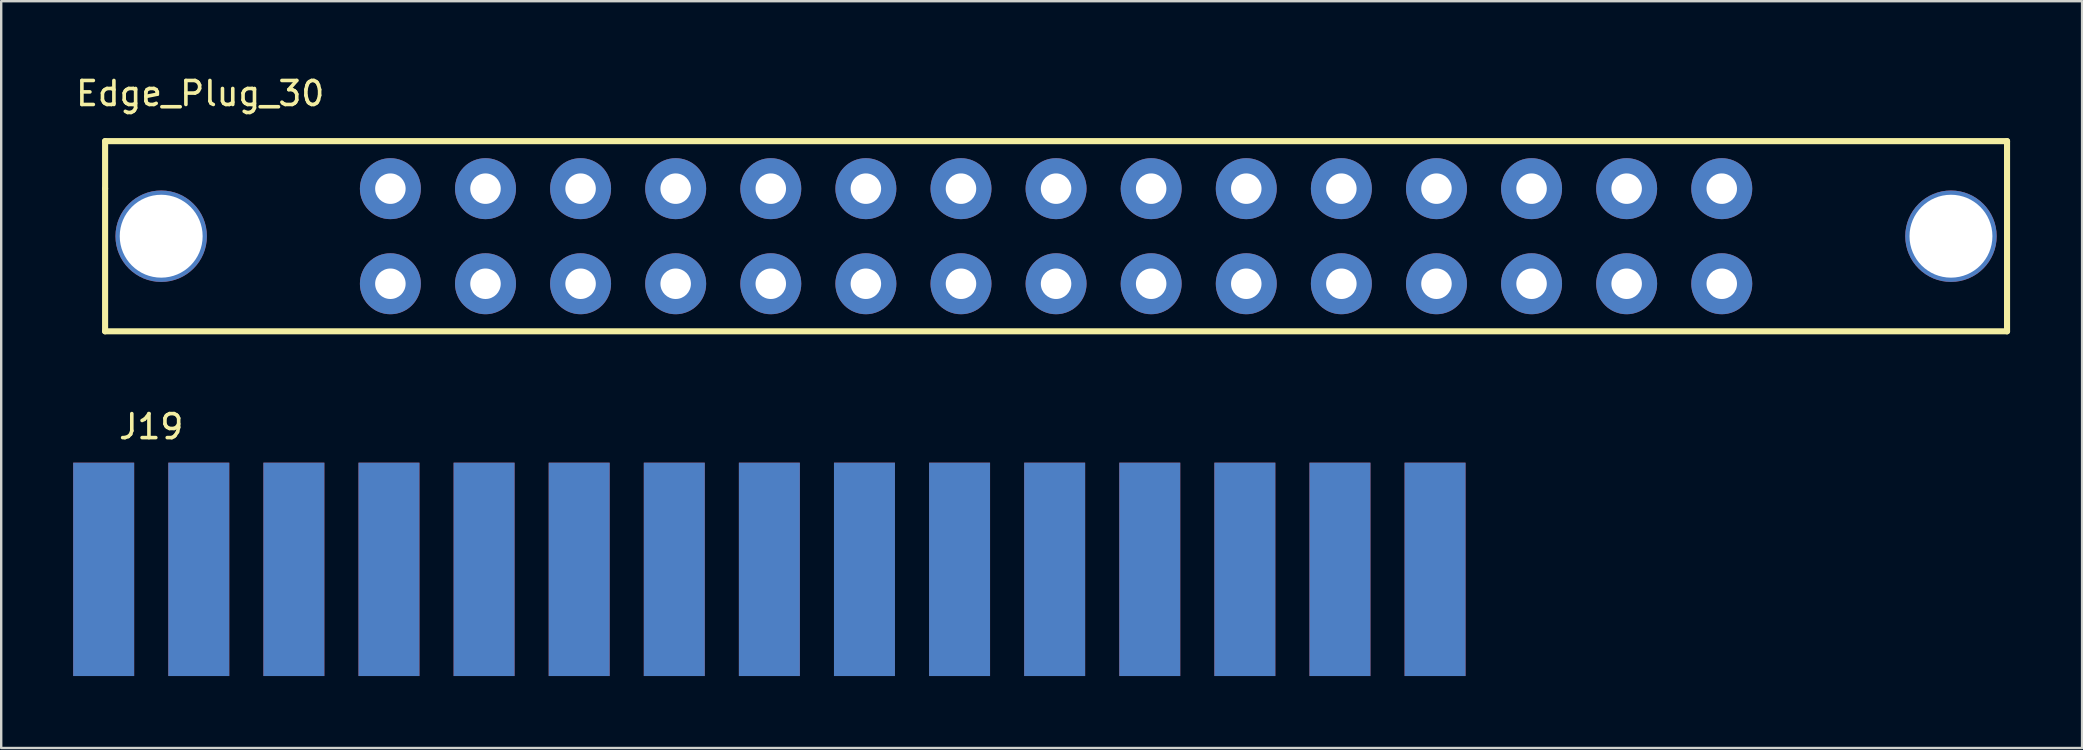
<source format=kicad_pcb>
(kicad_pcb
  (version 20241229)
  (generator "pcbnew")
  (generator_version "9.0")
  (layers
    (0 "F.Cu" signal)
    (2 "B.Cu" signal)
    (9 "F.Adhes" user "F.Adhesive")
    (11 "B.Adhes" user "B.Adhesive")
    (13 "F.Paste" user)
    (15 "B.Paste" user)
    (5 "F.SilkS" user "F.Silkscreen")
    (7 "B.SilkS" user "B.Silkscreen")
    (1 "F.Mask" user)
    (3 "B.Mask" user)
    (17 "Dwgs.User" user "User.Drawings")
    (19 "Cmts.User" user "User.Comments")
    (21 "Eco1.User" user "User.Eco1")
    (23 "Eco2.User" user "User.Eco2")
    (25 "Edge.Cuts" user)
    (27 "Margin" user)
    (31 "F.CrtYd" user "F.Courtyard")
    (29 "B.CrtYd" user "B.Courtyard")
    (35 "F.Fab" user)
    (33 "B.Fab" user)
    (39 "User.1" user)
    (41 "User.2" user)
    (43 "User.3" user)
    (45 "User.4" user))
  (footprint "J19"
    (layer "F.Cu")
    (at 29.007 20.673)
    (property "Reference" "J19" (at -25.756 -5.944 0) (layer "F.SilkS") (effects (font (size 1 1) (thickness 0.15))))
    (attr through_hole)
    (pad "1" smd rect (at 27.737 0) (size 2.54 8.89) (layers "F.Cu" "F.Mask" "F.Paste"))
    (pad "2" smd rect (at 23.774 0) (size 2.54 8.89) (layers "F.Cu" "F.Mask" "F.Paste"))
    (pad "3" smd rect (at 19.812 0) (size 2.54 8.89) (layers "F.Cu" "F.Mask" "F.Paste"))
    (pad "4" smd rect (at 15.85 0) (size 2.54 8.89) (layers "F.Cu" "F.Mask" "F.Paste"))
    (pad "5" smd rect (at 11.887 0) (size 2.54 8.89) (layers "F.Cu" "F.Mask" "F.Paste"))
    (pad "6" smd rect (at 7.925 0) (size 2.54 8.89) (layers "F.Cu" "F.Mask" "F.Paste"))
    (pad "7" smd rect (at 3.962 0) (size 2.54 8.89) (layers "F.Cu" "F.Mask" "F.Paste"))
    (pad "8" smd rect (at 0 0) (size 2.54 8.89) (layers "F.Cu" "F.Mask" "F.Paste"))
    (pad "9" smd rect (at -3.962 0) (size 2.54 8.89) (layers "F.Cu" "F.Mask" "F.Paste"))
    (pad "10" smd rect (at -7.925 0) (size 2.54 8.89) (layers "F.Cu" "F.Mask" "F.Paste"))
    (pad "11" smd rect (at -11.887 0) (size 2.54 8.89) (layers "F.Cu" "F.Mask" "F.Paste"))
    (pad "12" smd rect (at -15.85 0) (size 2.54 8.89) (layers "F.Cu" "F.Mask" "F.Paste"))
    (pad "13" smd rect (at -19.812 0) (size 2.54 8.89) (layers "F.Cu" "F.Mask" "F.Paste"))
    (pad "14" smd rect (at -23.774 0) (size 2.54 8.89) (layers "F.Cu" "F.Mask" "F.Paste"))
    (pad "15" smd rect (at -27.737 0) (size 2.54 8.89) (layers "F.Cu" "F.Mask" "F.Paste"))
    (pad "A" smd rect (at 27.737 0) (size 2.54 8.89) (layers "F.Mask" "B.Cu" "F.Paste"))
    (pad "B" smd rect (at 23.774 0) (size 2.54 8.89) (layers "F.Mask" "B.Cu" "F.Paste"))
    (pad "C" smd rect (at 19.812 0) (size 2.54 8.89) (layers "F.Mask" "B.Cu" "F.Paste"))
    (pad "D" smd rect (at 15.85 0) (size 2.54 8.89) (layers "F.Mask" "B.Cu" "F.Paste"))
    (pad "E" smd rect (at 11.887 0) (size 2.54 8.89) (layers "F.Mask" "B.Cu" "F.Paste"))
    (pad "F" smd rect (at 7.925 0) (size 2.54 8.89) (layers "F.Mask" "B.Cu" "F.Paste"))
    (pad "H" smd rect (at 3.962 0) (size 2.54 8.89) (layers "F.Mask" "B.Cu" "F.Paste"))
    (pad "J" smd rect (at 0 0) (size 2.54 8.89) (layers "F.Mask" "B.Cu" "F.Paste"))
    (pad "K" smd rect (at -3.962 0) (size 2.54 8.89) (layers "F.Mask" "B.Cu" "F.Paste"))
    (pad "L" smd rect (at -7.925 0) (size 2.54 8.89) (layers "F.Mask" "B.Cu" "F.Paste"))
    (pad "M" smd rect (at -11.887 0) (size 2.54 8.89) (layers "F.Mask" "B.Cu" "F.Paste"))
    (pad "N" smd rect (at -15.85 0) (size 2.54 8.89) (layers "F.Mask" "B.Cu" "F.Paste"))
    (pad "P" smd rect (at -19.812 0) (size 2.54 8.89) (layers "F.Mask" "B.Cu" "F.Paste"))
    (pad "R" smd rect (at -23.774 0) (size 2.54 8.89) (layers "F.Mask" "B.Cu" "F.Paste"))
    (pad "S" smd rect (at -27.737 0) (size 2.54 8.89) (layers "F.Mask" "B.Cu" "F.Paste")))
  (footprint "Edge_Plug_30"
    (layer "F.Cu")
    (at 40.953 6.792)
    (property "Reference" "Edge_Plug_30" (at -35.662 -5.944 0) (layer "F.SilkS") (effects (font (size 1 1) (thickness 0.15))))
    (attr through_hole)
    (fp_line (start -39.624 -3.962) (end -39.624 -1.981) (stroke (width 0.254) (type solid)) (layer "F.SilkS"))
    (fp_line (start -39.624 -1.981) (end -39.624 3.962) (stroke (width 0.254) (type solid)) (layer "F.SilkS"))
    (fp_line (start -39.624 3.962) (end 39.624 3.962) (stroke (width 0.254) (type solid)) (layer "F.SilkS"))
    (fp_line (start 39.624 -3.962) (end -39.624 -3.962) (stroke (width 0.254) (type solid)) (layer "F.SilkS"))
    (fp_line (start 39.624 3.962) (end 39.624 -3.962) (stroke (width 0.254) (type solid)) (layer "F.SilkS"))
    (pad "1" thru_hole circle (at 27.737 -1.981) (size 2.54 2.54) (drill 1.27) (layers "*.Cu" "*.Mask"))
    (pad "2" thru_hole circle (at 23.774 -1.981) (size 2.54 2.54) (drill 1.27) (layers "*.Cu" "*.Mask"))
    (pad "3" thru_hole circle (at 19.812 -1.981) (size 2.54 2.54) (drill 1.27) (layers "*.Cu" "*.Mask"))
    (pad "4" thru_hole circle (at 15.85 -1.981) (size 2.54 2.54) (drill 1.27) (layers "*.Cu" "*.Mask"))
    (pad "5" thru_hole circle (at 11.887 -1.981) (size 2.54 2.54) (drill 1.27) (layers "*.Cu" "*.Mask"))
    (pad "6" thru_hole circle (at 7.925 -1.981) (size 2.54 2.54) (drill 1.27) (layers "*.Cu" "*.Mask"))
    (pad "7" thru_hole circle (at 3.962 -1.981) (size 2.54 2.54) (drill 1.27) (layers "*.Cu" "*.Mask"))
    (pad "8" thru_hole circle (at 0 -1.981) (size 2.54 2.54) (drill 1.27) (layers "*.Cu" "*.Mask"))
    (pad "9" thru_hole circle (at -3.962 -1.981) (size 2.54 2.54) (drill 1.27) (layers "*.Cu" "*.Mask"))
    (pad "10" thru_hole circle (at -7.925 -1.981) (size 2.54 2.54) (drill 1.27) (layers "*.Cu" "*.Mask"))
    (pad "11" thru_hole circle (at -11.887 -1.981) (size 2.54 2.54) (drill 1.27) (layers "*.Cu" "*.Mask"))
    (pad "12" thru_hole circle (at -15.85 -1.981) (size 2.54 2.54) (drill 1.27) (layers "*.Cu" "*.Mask"))
    (pad "13" thru_hole circle (at -19.812 -1.981) (size 2.54 2.54) (drill 1.27) (layers "*.Cu" "*.Mask"))
    (pad "14" thru_hole circle (at -23.774 -1.981) (size 2.54 2.54) (drill 1.27) (layers "*.Cu" "*.Mask"))
    (pad "15" thru_hole circle (at -27.737 -1.981) (size 2.54 2.54) (drill 1.27) (layers "*.Cu" "*.Mask"))
    (pad "A" thru_hole circle (at 27.737 1.981) (size 2.54 2.54) (drill 1.27) (layers "*.Cu" "*.Mask"))
    (pad "B" thru_hole circle (at 23.774 1.981) (size 2.54 2.54) (drill 1.27) (layers "*.Cu" "*.Mask"))
    (pad "C" thru_hole circle (at 19.812 1.981) (size 2.54 2.54) (drill 1.27) (layers "*.Cu" "*.Mask"))
    (pad "D" thru_hole circle (at 15.85 1.981) (size 2.54 2.54) (drill 1.27) (layers "*.Cu" "*.Mask"))
    (pad "E" thru_hole circle (at 11.887 1.981) (size 2.54 2.54) (drill 1.27) (layers "*.Cu" "*.Mask"))
    (pad "F" thru_hole circle (at 7.925 1.981) (size 2.54 2.54) (drill 1.27) (layers "*.Cu" "*.Mask"))
    (pad "H" thru_hole circle (at 3.962 1.981) (size 2.54 2.54) (drill 1.27) (layers "*.Cu" "*.Mask"))
    (pad "J" thru_hole circle (at 0 1.981) (size 2.54 2.54) (drill 1.27) (layers "*.Cu" "*.Mask"))
    (pad "K" thru_hole circle (at -3.962 1.981) (size 2.54 2.54) (drill 1.27) (layers "*.Cu" "*.Mask"))
    (pad "L" thru_hole circle (at -7.925 1.981) (size 2.54 2.54) (drill 1.27) (layers "*.Cu" "*.Mask"))
    (pad "M" thru_hole circle (at -11.887 1.981) (size 2.54 2.54) (drill 1.27) (layers "*.Cu" "*.Mask"))
    (pad "N" thru_hole circle (at -15.85 1.981) (size 2.54 2.54) (drill 1.27) (layers "*.Cu" "*.Mask"))
    (pad "P" thru_hole circle (at -19.812 1.981) (size 2.54 2.54) (drill 1.27) (layers "*.Cu" "*.Mask"))
    (pad "R" thru_hole circle (at -23.774 1.981) (size 2.54 2.54) (drill 1.27) (layers "*.Cu" "*.Mask"))
    (pad "S" thru_hole circle (at -27.737 1.981) (size 2.54 2.54) (drill 1.27) (layers "*.Cu" "*.Mask"))
    (pad "S1" thru_hole circle (at -37.287 0) (size 3.81 3.81) (drill 3.454) (layers "*.Cu" "*.Mask"))
    (pad "S2" thru_hole circle (at 37.287 0) (size 3.81 3.81) (drill 3.454) (layers "*.Cu" "*.Mask")))
  (gr_rect
    (start -3 -3)
    (end 83.704 28.118)
    (stroke (width 0.1) (type default))
    (fill no)
    (layer "Edge.Cuts")))
</source>
